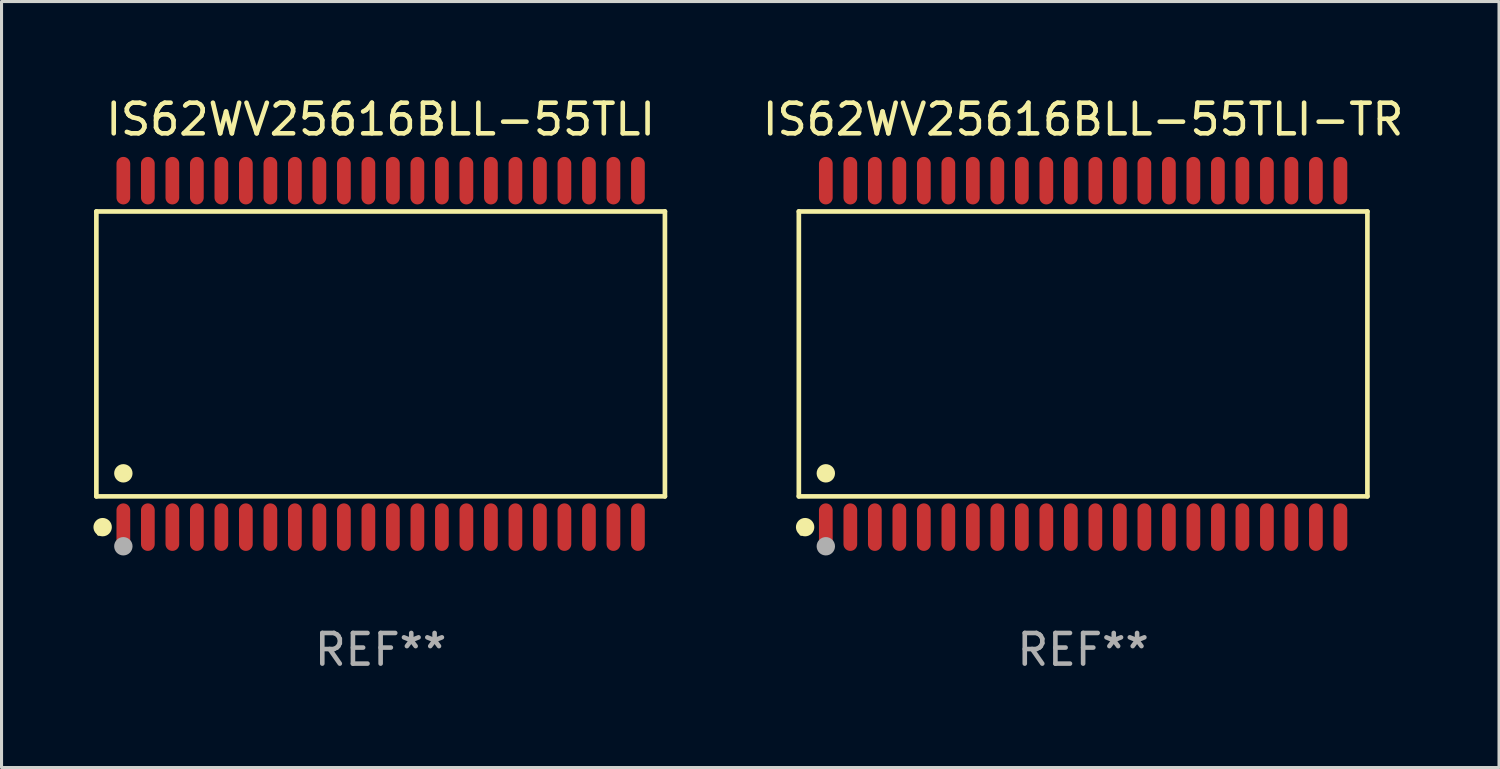
<source format=kicad_pcb>
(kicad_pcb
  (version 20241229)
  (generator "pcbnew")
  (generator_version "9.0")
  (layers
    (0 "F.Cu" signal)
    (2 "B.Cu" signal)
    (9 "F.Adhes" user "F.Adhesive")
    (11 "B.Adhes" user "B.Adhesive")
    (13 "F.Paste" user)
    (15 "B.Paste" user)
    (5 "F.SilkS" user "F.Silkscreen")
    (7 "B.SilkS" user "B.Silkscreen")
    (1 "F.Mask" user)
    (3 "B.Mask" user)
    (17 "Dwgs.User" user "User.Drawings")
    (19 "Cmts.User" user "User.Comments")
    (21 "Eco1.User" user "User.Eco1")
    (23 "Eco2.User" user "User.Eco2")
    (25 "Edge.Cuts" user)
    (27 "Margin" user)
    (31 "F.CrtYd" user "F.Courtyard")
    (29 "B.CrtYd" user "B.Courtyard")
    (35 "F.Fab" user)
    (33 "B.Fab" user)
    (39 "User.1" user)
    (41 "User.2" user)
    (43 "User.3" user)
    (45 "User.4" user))
  (footprint "IS62WV25616BLL-55TLI-TR"
    (layer "F.Cu")
    (at 32.311 8.504)
    (property "Reference" "IS62WV25616BLL-55TLI-TR" (at 0 -7.656 0) (layer "F.SilkS") (effects (font (size 1 1) (thickness 0.15))))
    (attr through_hole)
    (fp_line (start -9.281 -4.651) (end 9.281 -4.651) (stroke (width 0.152) (type solid)) (layer "F.SilkS"))
    (fp_line (start -9.281 4.651) (end -9.281 -4.651) (stroke (width 0.152) (type solid)) (layer "F.SilkS"))
    (fp_line (start 9.281 -4.651) (end 9.281 4.651) (stroke (width 0.152) (type solid)) (layer "F.SilkS"))
    (fp_line (start 9.281 4.651) (end -9.281 4.651) (stroke (width 0.152) (type solid)) (layer "F.SilkS"))
    (fp_circle (center -9.205 5.88) (end -9.175 5.88) (stroke (width 0.06) (type solid)) (fill no) (layer "F.SilkS"))
    (fp_circle (center -9.076 5.656) (end -8.926 5.656) (stroke (width 0.3) (type solid)) (fill no) (layer "F.SilkS"))
    (fp_circle (center -8.4 3.899) (end -8.25 3.899) (stroke (width 0.3) (type solid)) (fill no) (layer "F.SilkS"))
    (fp_circle (center -8.4 6.28) (end -8.25 6.28) (stroke (width 0.3) (type solid)) (fill no) (layer "F.Fab"))
    (fp_text user "REF**" (at 0 9.656 0) (layer "F.Fab") (effects (font (size 1 1) (thickness 0.15))))
    (pad "1" smd oval (at -8.4 5.656) (size 0.448 1.551) (layers "F.Cu" "F.Mask" "F.Paste"))
    (pad "2" smd oval (at -7.6 5.656) (size 0.448 1.551) (layers "F.Cu" "F.Mask" "F.Paste"))
    (pad "3" smd oval (at -6.8 5.656) (size 0.448 1.551) (layers "F.Cu" "F.Mask" "F.Paste"))
    (pad "4" smd oval (at -6 5.656) (size 0.448 1.551) (layers "F.Cu" "F.Mask" "F.Paste"))
    (pad "5" smd oval (at -5.2 5.656) (size 0.448 1.551) (layers "F.Cu" "F.Mask" "F.Paste"))
    (pad "6" smd oval (at -4.4 5.656) (size 0.448 1.551) (layers "F.Cu" "F.Mask" "F.Paste"))
    (pad "7" smd oval (at -3.6 5.656) (size 0.448 1.551) (layers "F.Cu" "F.Mask" "F.Paste"))
    (pad "8" smd oval (at -2.8 5.656) (size 0.448 1.551) (layers "F.Cu" "F.Mask" "F.Paste"))
    (pad "9" smd oval (at -2 5.656) (size 0.448 1.551) (layers "F.Cu" "F.Mask" "F.Paste"))
    (pad "10" smd oval (at -1.2 5.656) (size 0.448 1.551) (layers "F.Cu" "F.Mask" "F.Paste"))
    (pad "11" smd oval (at -0.4 5.656) (size 0.448 1.551) (layers "F.Cu" "F.Mask" "F.Paste"))
    (pad "12" smd oval (at 0.4 5.656) (size 0.448 1.551) (layers "F.Cu" "F.Mask" "F.Paste"))
    (pad "13" smd oval (at 1.2 5.656) (size 0.448 1.551) (layers "F.Cu" "F.Mask" "F.Paste"))
    (pad "14" smd oval (at 2 5.656) (size 0.448 1.551) (layers "F.Cu" "F.Mask" "F.Paste"))
    (pad "15" smd oval (at 2.8 5.656) (size 0.448 1.551) (layers "F.Cu" "F.Mask" "F.Paste"))
    (pad "16" smd oval (at 3.6 5.656) (size 0.448 1.551) (layers "F.Cu" "F.Mask" "F.Paste"))
    (pad "17" smd oval (at 4.4 5.656) (size 0.448 1.551) (layers "F.Cu" "F.Mask" "F.Paste"))
    (pad "18" smd oval (at 5.2 5.656) (size 0.448 1.551) (layers "F.Cu" "F.Mask" "F.Paste"))
    (pad "19" smd oval (at 6 5.656) (size 0.448 1.551) (layers "F.Cu" "F.Mask" "F.Paste"))
    (pad "20" smd oval (at 6.8 5.656) (size 0.448 1.551) (layers "F.Cu" "F.Mask" "F.Paste"))
    (pad "21" smd oval (at 7.6 5.656) (size 0.448 1.551) (layers "F.Cu" "F.Mask" "F.Paste"))
    (pad "22" smd oval (at 8.4 5.656) (size 0.448 1.551) (layers "F.Cu" "F.Mask" "F.Paste"))
    (pad "23" smd oval (at 8.4 -5.656) (size 0.448 1.551) (layers "F.Cu" "F.Mask" "F.Paste"))
    (pad "24" smd oval (at 7.6 -5.656) (size 0.448 1.551) (layers "F.Cu" "F.Mask" "F.Paste"))
    (pad "25" smd oval (at 6.8 -5.656) (size 0.448 1.551) (layers "F.Cu" "F.Mask" "F.Paste"))
    (pad "26" smd oval (at 6 -5.656) (size 0.448 1.551) (layers "F.Cu" "F.Mask" "F.Paste"))
    (pad "27" smd oval (at 5.2 -5.656) (size 0.448 1.551) (layers "F.Cu" "F.Mask" "F.Paste"))
    (pad "28" smd oval (at 4.4 -5.656) (size 0.448 1.551) (layers "F.Cu" "F.Mask" "F.Paste"))
    (pad "29" smd oval (at 3.6 -5.656) (size 0.448 1.551) (layers "F.Cu" "F.Mask" "F.Paste"))
    (pad "30" smd oval (at 2.8 -5.656) (size 0.448 1.551) (layers "F.Cu" "F.Mask" "F.Paste"))
    (pad "31" smd oval (at 2 -5.656) (size 0.448 1.551) (layers "F.Cu" "F.Mask" "F.Paste"))
    (pad "32" smd oval (at 1.2 -5.656) (size 0.448 1.551) (layers "F.Cu" "F.Mask" "F.Paste"))
    (pad "33" smd oval (at 0.4 -5.656) (size 0.448 1.551) (layers "F.Cu" "F.Mask" "F.Paste"))
    (pad "34" smd oval (at -0.4 -5.656) (size 0.448 1.551) (layers "F.Cu" "F.Mask" "F.Paste"))
    (pad "35" smd oval (at -1.2 -5.656) (size 0.448 1.551) (layers "F.Cu" "F.Mask" "F.Paste"))
    (pad "36" smd oval (at -2 -5.656) (size 0.448 1.551) (layers "F.Cu" "F.Mask" "F.Paste"))
    (pad "37" smd oval (at -2.8 -5.656) (size 0.448 1.551) (layers "F.Cu" "F.Mask" "F.Paste"))
    (pad "38" smd oval (at -3.6 -5.656) (size 0.448 1.551) (layers "F.Cu" "F.Mask" "F.Paste"))
    (pad "39" smd oval (at -4.4 -5.656) (size 0.448 1.551) (layers "F.Cu" "F.Mask" "F.Paste"))
    (pad "40" smd oval (at -5.2 -5.656) (size 0.448 1.551) (layers "F.Cu" "F.Mask" "F.Paste"))
    (pad "41" smd oval (at -6 -5.656) (size 0.448 1.551) (layers "F.Cu" "F.Mask" "F.Paste"))
    (pad "42" smd oval (at -6.8 -5.656) (size 0.448 1.551) (layers "F.Cu" "F.Mask" "F.Paste"))
    (pad "43" smd oval (at -7.6 -5.656) (size 0.448 1.551) (layers "F.Cu" "F.Mask" "F.Paste"))
    (pad "44" smd oval (at -8.4 -5.656) (size 0.448 1.551) (layers "F.Cu" "F.Mask" "F.Paste")))
  (footprint "IS62WV25616BLL-55TLI"
    (layer "F.Cu")
    (at 9.377 8.504)
    (property "Reference" "IS62WV25616BLL-55TLI" (at 0 -7.656 0) (layer "F.SilkS") (effects (font (size 1 1) (thickness 0.15))))
    (attr through_hole)
    (fp_line (start -9.281 -4.651) (end 9.281 -4.651) (stroke (width 0.152) (type solid)) (layer "F.SilkS"))
    (fp_line (start -9.281 4.651) (end -9.281 -4.651) (stroke (width 0.152) (type solid)) (layer "F.SilkS"))
    (fp_line (start 9.281 -4.651) (end 9.281 4.651) (stroke (width 0.152) (type solid)) (layer "F.SilkS"))
    (fp_line (start 9.281 4.651) (end -9.281 4.651) (stroke (width 0.152) (type solid)) (layer "F.SilkS"))
    (fp_circle (center -9.205 5.88) (end -9.175 5.88) (stroke (width 0.06) (type solid)) (fill no) (layer "F.SilkS"))
    (fp_circle (center -9.076 5.656) (end -8.926 5.656) (stroke (width 0.3) (type solid)) (fill no) (layer "F.SilkS"))
    (fp_circle (center -8.4 3.899) (end -8.25 3.899) (stroke (width 0.3) (type solid)) (fill no) (layer "F.SilkS"))
    (fp_circle (center -8.4 6.28) (end -8.25 6.28) (stroke (width 0.3) (type solid)) (fill no) (layer "F.Fab"))
    (fp_text user "REF**" (at 0 9.656 0) (layer "F.Fab") (effects (font (size 1 1) (thickness 0.15))))
    (pad "1" smd oval (at -8.4 5.656) (size 0.448 1.551) (layers "F.Cu" "F.Mask" "F.Paste"))
    (pad "2" smd oval (at -7.6 5.656) (size 0.448 1.551) (layers "F.Cu" "F.Mask" "F.Paste"))
    (pad "3" smd oval (at -6.8 5.656) (size 0.448 1.551) (layers "F.Cu" "F.Mask" "F.Paste"))
    (pad "4" smd oval (at -6 5.656) (size 0.448 1.551) (layers "F.Cu" "F.Mask" "F.Paste"))
    (pad "5" smd oval (at -5.2 5.656) (size 0.448 1.551) (layers "F.Cu" "F.Mask" "F.Paste"))
    (pad "6" smd oval (at -4.4 5.656) (size 0.448 1.551) (layers "F.Cu" "F.Mask" "F.Paste"))
    (pad "7" smd oval (at -3.6 5.656) (size 0.448 1.551) (layers "F.Cu" "F.Mask" "F.Paste"))
    (pad "8" smd oval (at -2.8 5.656) (size 0.448 1.551) (layers "F.Cu" "F.Mask" "F.Paste"))
    (pad "9" smd oval (at -2 5.656) (size 0.448 1.551) (layers "F.Cu" "F.Mask" "F.Paste"))
    (pad "10" smd oval (at -1.2 5.656) (size 0.448 1.551) (layers "F.Cu" "F.Mask" "F.Paste"))
    (pad "11" smd oval (at -0.4 5.656) (size 0.448 1.551) (layers "F.Cu" "F.Mask" "F.Paste"))
    (pad "12" smd oval (at 0.4 5.656) (size 0.448 1.551) (layers "F.Cu" "F.Mask" "F.Paste"))
    (pad "13" smd oval (at 1.2 5.656) (size 0.448 1.551) (layers "F.Cu" "F.Mask" "F.Paste"))
    (pad "14" smd oval (at 2 5.656) (size 0.448 1.551) (layers "F.Cu" "F.Mask" "F.Paste"))
    (pad "15" smd oval (at 2.8 5.656) (size 0.448 1.551) (layers "F.Cu" "F.Mask" "F.Paste"))
    (pad "16" smd oval (at 3.6 5.656) (size 0.448 1.551) (layers "F.Cu" "F.Mask" "F.Paste"))
    (pad "17" smd oval (at 4.4 5.656) (size 0.448 1.551) (layers "F.Cu" "F.Mask" "F.Paste"))
    (pad "18" smd oval (at 5.2 5.656) (size 0.448 1.551) (layers "F.Cu" "F.Mask" "F.Paste"))
    (pad "19" smd oval (at 6 5.656) (size 0.448 1.551) (layers "F.Cu" "F.Mask" "F.Paste"))
    (pad "20" smd oval (at 6.8 5.656) (size 0.448 1.551) (layers "F.Cu" "F.Mask" "F.Paste"))
    (pad "21" smd oval (at 7.6 5.656) (size 0.448 1.551) (layers "F.Cu" "F.Mask" "F.Paste"))
    (pad "22" smd oval (at 8.4 5.656) (size 0.448 1.551) (layers "F.Cu" "F.Mask" "F.Paste"))
    (pad "23" smd oval (at 8.4 -5.656) (size 0.448 1.551) (layers "F.Cu" "F.Mask" "F.Paste"))
    (pad "24" smd oval (at 7.6 -5.656) (size 0.448 1.551) (layers "F.Cu" "F.Mask" "F.Paste"))
    (pad "25" smd oval (at 6.8 -5.656) (size 0.448 1.551) (layers "F.Cu" "F.Mask" "F.Paste"))
    (pad "26" smd oval (at 6 -5.656) (size 0.448 1.551) (layers "F.Cu" "F.Mask" "F.Paste"))
    (pad "27" smd oval (at 5.2 -5.656) (size 0.448 1.551) (layers "F.Cu" "F.Mask" "F.Paste"))
    (pad "28" smd oval (at 4.4 -5.656) (size 0.448 1.551) (layers "F.Cu" "F.Mask" "F.Paste"))
    (pad "29" smd oval (at 3.6 -5.656) (size 0.448 1.551) (layers "F.Cu" "F.Mask" "F.Paste"))
    (pad "30" smd oval (at 2.8 -5.656) (size 0.448 1.551) (layers "F.Cu" "F.Mask" "F.Paste"))
    (pad "31" smd oval (at 2 -5.656) (size 0.448 1.551) (layers "F.Cu" "F.Mask" "F.Paste"))
    (pad "32" smd oval (at 1.2 -5.656) (size 0.448 1.551) (layers "F.Cu" "F.Mask" "F.Paste"))
    (pad "33" smd oval (at 0.4 -5.656) (size 0.448 1.551) (layers "F.Cu" "F.Mask" "F.Paste"))
    (pad "34" smd oval (at -0.4 -5.656) (size 0.448 1.551) (layers "F.Cu" "F.Mask" "F.Paste"))
    (pad "35" smd oval (at -1.2 -5.656) (size 0.448 1.551) (layers "F.Cu" "F.Mask" "F.Paste"))
    (pad "36" smd oval (at -2 -5.656) (size 0.448 1.551) (layers "F.Cu" "F.Mask" "F.Paste"))
    (pad "37" smd oval (at -2.8 -5.656) (size 0.448 1.551) (layers "F.Cu" "F.Mask" "F.Paste"))
    (pad "38" smd oval (at -3.6 -5.656) (size 0.448 1.551) (layers "F.Cu" "F.Mask" "F.Paste"))
    (pad "39" smd oval (at -4.4 -5.656) (size 0.448 1.551) (layers "F.Cu" "F.Mask" "F.Paste"))
    (pad "40" smd oval (at -5.2 -5.656) (size 0.448 1.551) (layers "F.Cu" "F.Mask" "F.Paste"))
    (pad "41" smd oval (at -6 -5.656) (size 0.448 1.551) (layers "F.Cu" "F.Mask" "F.Paste"))
    (pad "42" smd oval (at -6.8 -5.656) (size 0.448 1.551) (layers "F.Cu" "F.Mask" "F.Paste"))
    (pad "43" smd oval (at -7.6 -5.656) (size 0.448 1.551) (layers "F.Cu" "F.Mask" "F.Paste"))
    (pad "44" smd oval (at -8.4 -5.656) (size 0.448 1.551) (layers "F.Cu" "F.Mask" "F.Paste")))
  (gr_rect
    (start -3 -3)
    (end 45.889 22.008)
    (stroke (width 0.1) (type default))
    (fill no)
    (layer "Edge.Cuts")))
</source>
